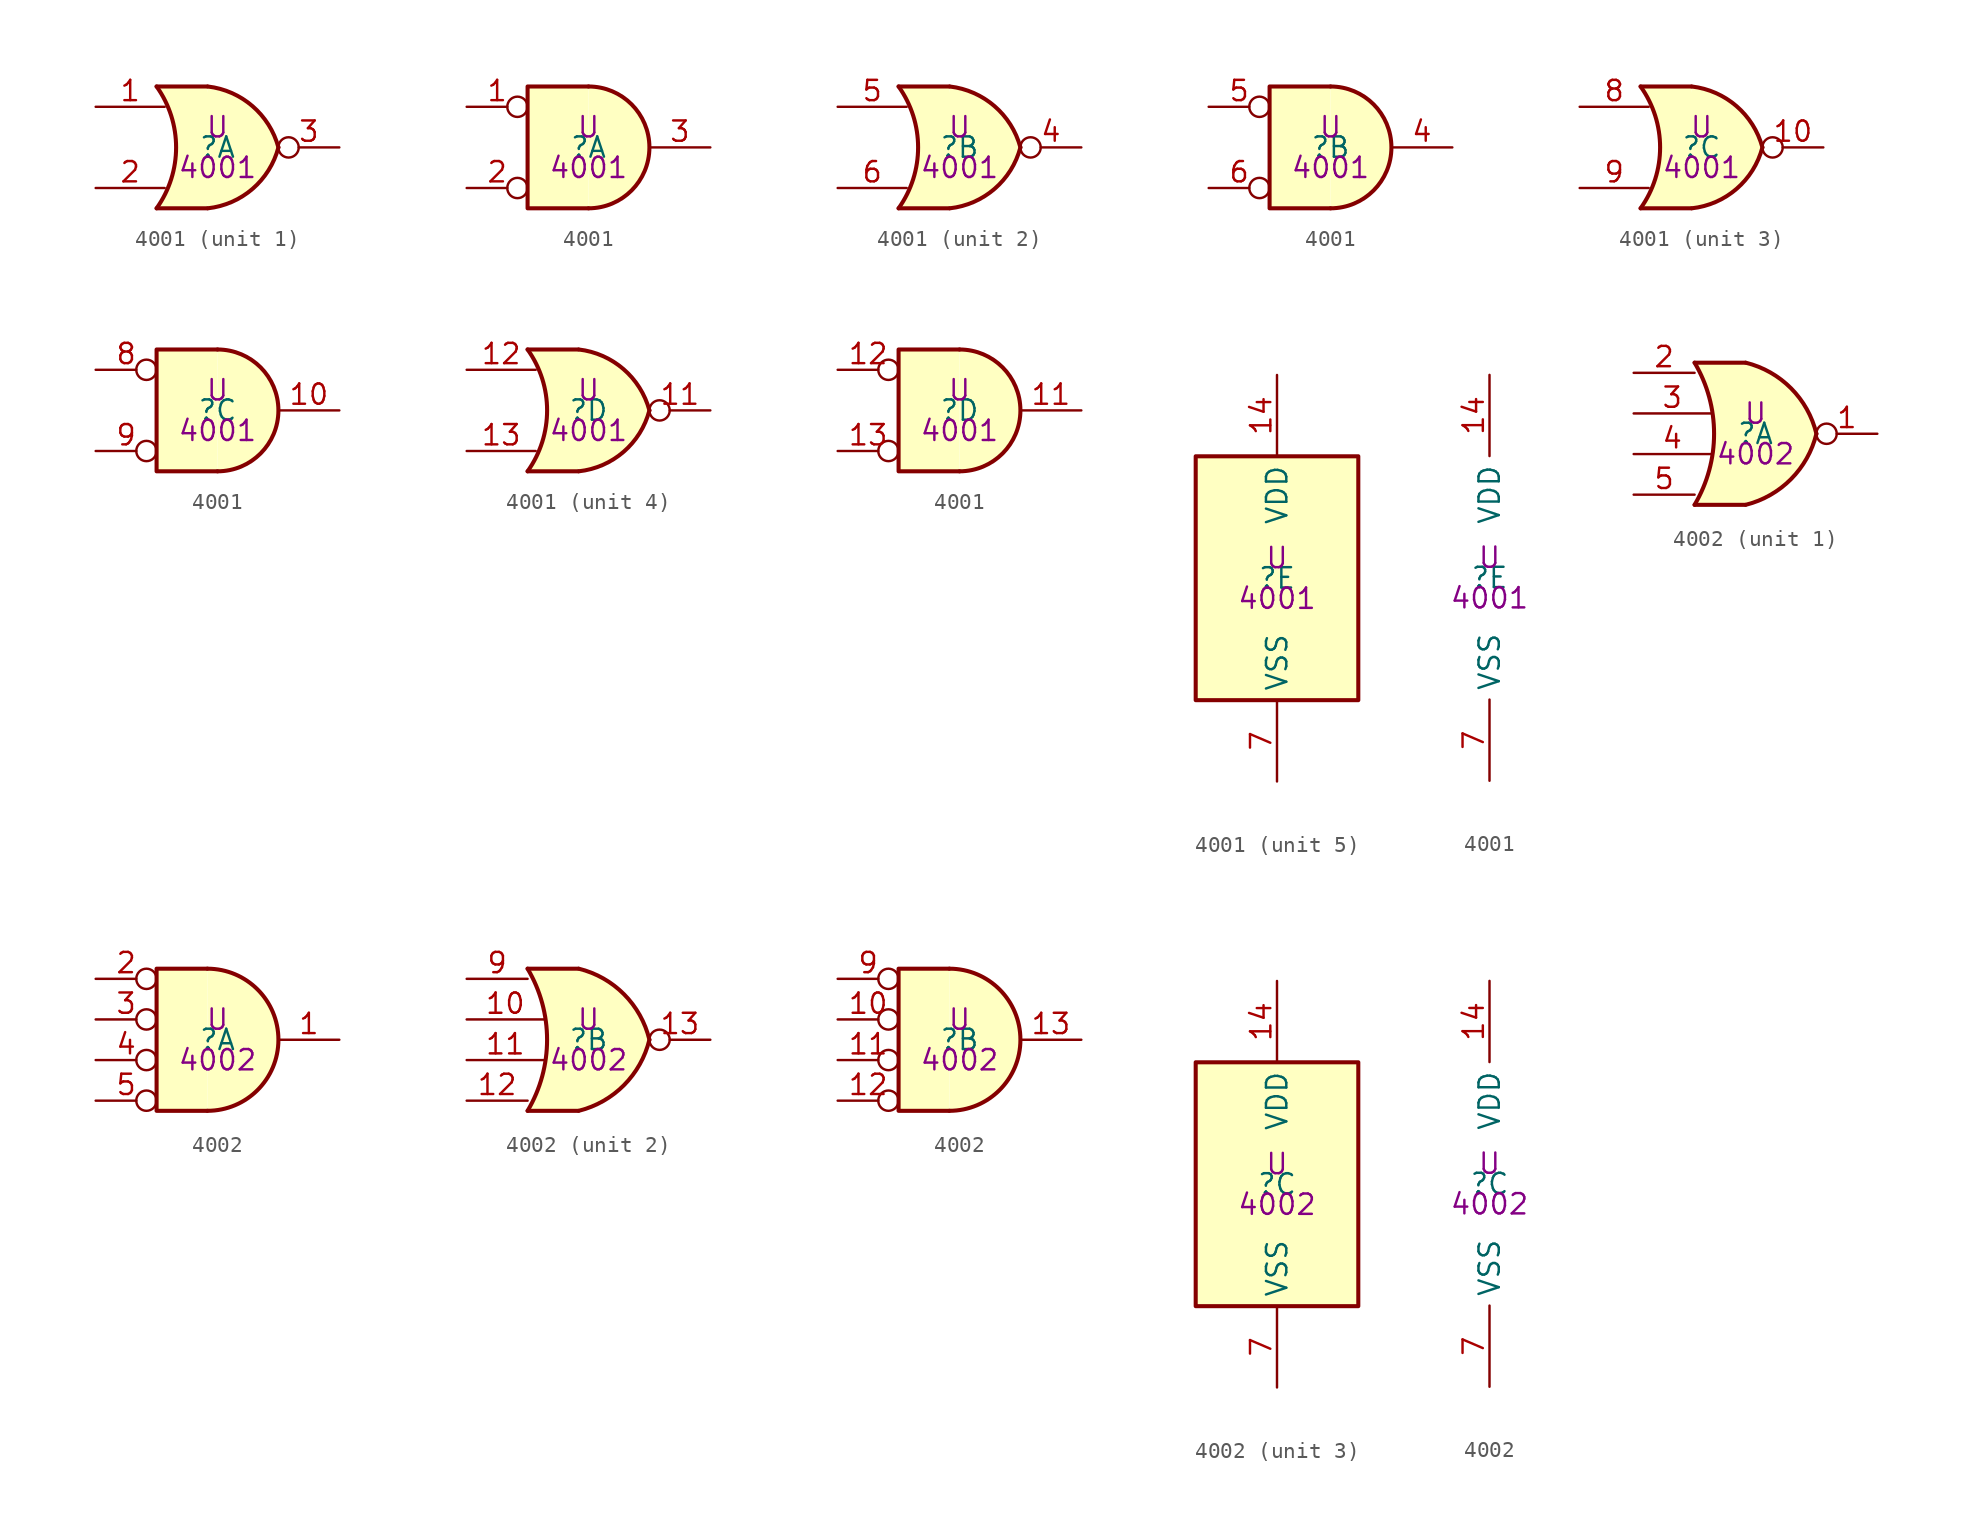
<source format=kicad_sym>
(kicad_symbol_lib
  (version 20200126)
  (host kicad_symbol_editor "(5.99.0-1075-g01a6d0067)")
  (symbol "4001"
    (property "ki_reference" "U"
      (at 0 1.27 0))
    (property "ki_value" "4001"
      (at 0 -1.27 0))
    (property "ki_locked" ""
      (at 0 0 0))
    (symbol "4001_1_1"
      (arc (start -3.81 3.81) (end -3.81 -3.81) (radius (at -9.144 0) (length 6.5532) (angles 35.4 -35.4)) (stroke (width 0.254)))
      (arc (start 3.81 0) (end -0.6096 3.81) (radius (at -1.1938 -1.3208) (length 5.1816) (angles 15 83.7)) (stroke (width 0.254)) (fill (type background)))
      (arc (start 3.81 0) (end -0.6096 -3.81) (radius (at -1.1938 1.3208) (length 5.1816) (angles -15 -83.7)) (stroke (width 0.254)) (fill (type background)))
      (polyline (pts (xy -3.81 -3.81) (xy -0.635 -3.81)) (stroke (width 0.254)) (fill (type background)))
      (polyline (pts (xy -3.81 3.81) (xy -0.635 3.81)) (stroke (width 0.254)) (fill (type background)))
      (polyline (pts (xy -0.635 3.81) (xy -3.81 3.81) (xy -3.81 3.81) (xy -3.556 3.404) (xy -3.023 2.261) (xy -2.692 1.041) (xy -2.616 -0.254) (xy -2.769 -1.499) (xy -3.175 -2.718) (xy -3.81 -3.81) (xy -3.81 -3.81) (xy -0.635 -3.81)) (stroke (width -25.4)) (fill (type background)))
      (pin input line (at -7.62 2.54 0) (length 4.318) (name "~") (number "1"))
      (pin input line (at -7.62 -2.54 0) (length 4.318) (name "~") (number "2"))
      (pin output inverted (at 7.62 0 180) (length 3.81) (name "~") (number "3")))
    (symbol "4001_2_1"
      (arc (start -3.81 3.81) (end -3.81 -3.81) (radius (at -9.144 0) (length 6.5532) (angles 35.4 -35.4)) (stroke (width 0.254)))
      (arc (start 3.81 0) (end -0.6096 3.81) (radius (at -1.1938 -1.3208) (length 5.1816) (angles 15 83.7)) (stroke (width 0.254)) (fill (type background)))
      (arc (start 3.81 0) (end -0.6096 -3.81) (radius (at -1.1938 1.3208) (length 5.1816) (angles -15 -83.7)) (stroke (width 0.254)) (fill (type background)))
      (polyline (pts (xy -3.81 -3.81) (xy -0.635 -3.81)) (stroke (width 0.254)) (fill (type background)))
      (polyline (pts (xy -3.81 3.81) (xy -0.635 3.81)) (stroke (width 0.254)) (fill (type background)))
      (polyline (pts (xy -0.635 3.81) (xy -3.81 3.81) (xy -3.81 3.81) (xy -3.556 3.404) (xy -3.023 2.261) (xy -2.692 1.041) (xy -2.616 -0.254) (xy -2.769 -1.499) (xy -3.175 -2.718) (xy -3.81 -3.81) (xy -3.81 -3.81) (xy -0.635 -3.81)) (stroke (width -25.4)) (fill (type background)))
      (pin output inverted (at 7.62 0 180) (length 3.81) (name "~") (number "4"))
      (pin input line (at -7.62 2.54 0) (length 4.318) (name "~") (number "5"))
      (pin input line (at -7.62 -2.54 0) (length 4.318) (name "~") (number "6")))
    (symbol "4001_3_1"
      (arc (start -3.81 3.81) (end -3.81 -3.81) (radius (at -9.144 0) (length 6.5532) (angles 35.4 -35.4)) (stroke (width 0.254)))
      (arc (start 3.81 0) (end -0.6096 3.81) (radius (at -1.1938 -1.3208) (length 5.1816) (angles 15 83.7)) (stroke (width 0.254)) (fill (type background)))
      (arc (start 3.81 0) (end -0.6096 -3.81) (radius (at -1.1938 1.3208) (length 5.1816) (angles -15 -83.7)) (stroke (width 0.254)) (fill (type background)))
      (polyline (pts (xy -3.81 -3.81) (xy -0.635 -3.81)) (stroke (width 0.254)) (fill (type background)))
      (polyline (pts (xy -3.81 3.81) (xy -0.635 3.81)) (stroke (width 0.254)) (fill (type background)))
      (polyline (pts (xy -0.635 3.81) (xy -3.81 3.81) (xy -3.81 3.81) (xy -3.556 3.404) (xy -3.023 2.261) (xy -2.692 1.041) (xy -2.616 -0.254) (xy -2.769 -1.499) (xy -3.175 -2.718) (xy -3.81 -3.81) (xy -3.81 -3.81) (xy -0.635 -3.81)) (stroke (width -25.4)) (fill (type background)))
      (pin output inverted (at 7.62 0 180) (length 3.81) (name "~") (number "10"))
      (pin input line (at -7.62 2.54 0) (length 4.318) (name "~") (number "8"))
      (pin input line (at -7.62 -2.54 0) (length 4.318) (name "~") (number "9")))
    (symbol "4001_4_1"
      (arc (start -3.81 3.81) (end -3.81 -3.81) (radius (at -9.144 0) (length 6.5532) (angles 35.4 -35.4)) (stroke (width 0.254)))
      (arc (start 3.81 0) (end -0.6096 3.81) (radius (at -1.1938 -1.3208) (length 5.1816) (angles 15 83.7)) (stroke (width 0.254)) (fill (type background)))
      (arc (start 3.81 0) (end -0.6096 -3.81) (radius (at -1.1938 1.3208) (length 5.1816) (angles -15 -83.7)) (stroke (width 0.254)) (fill (type background)))
      (polyline (pts (xy -3.81 -3.81) (xy -0.635 -3.81)) (stroke (width 0.254)) (fill (type background)))
      (polyline (pts (xy -3.81 3.81) (xy -0.635 3.81)) (stroke (width 0.254)) (fill (type background)))
      (polyline (pts (xy -0.635 3.81) (xy -3.81 3.81) (xy -3.81 3.81) (xy -3.556 3.404) (xy -3.023 2.261) (xy -2.692 1.041) (xy -2.616 -0.254) (xy -2.769 -1.499) (xy -3.175 -2.718) (xy -3.81 -3.81) (xy -3.81 -3.81) (xy -0.635 -3.81)) (stroke (width -25.4)) (fill (type background)))
      (pin output inverted (at 7.62 0 180) (length 3.81) (name "~") (number "11"))
      (pin input line (at -7.62 2.54 0) (length 4.318) (name "~") (number "12"))
      (pin input line (at -7.62 -2.54 0) (length 4.318) (name "~") (number "13")))
    (symbol "4001_1_2"
      (arc (start 0 -3.81) (end 0 3.81) (radius (at 0 0) (length 3.81) (angles -89.9 89.9)) (stroke (width 0.254)) (fill (type background)))
      (polyline (pts (xy 0 3.81) (xy -3.81 3.81) (xy -3.81 -3.81) (xy 0 -3.81)) (stroke (width 0.254)) (fill (type background)))
      (pin input inverted (at -7.62 2.54 0) (length 3.81) (name "~") (number "1"))
      (pin input inverted (at -7.62 -2.54 0) (length 3.81) (name "~") (number "2"))
      (pin output line (at 7.62 0 180) (length 3.81) (name "~") (number "3")))
    (symbol "4001_2_2"
      (arc (start 0 -3.81) (end 0 3.81) (radius (at 0 0) (length 3.81) (angles -89.9 89.9)) (stroke (width 0.254)) (fill (type background)))
      (polyline (pts (xy 0 3.81) (xy -3.81 3.81) (xy -3.81 -3.81) (xy 0 -3.81)) (stroke (width 0.254)) (fill (type background)))
      (pin output line (at 7.62 0 180) (length 3.81) (name "~") (number "4"))
      (pin input inverted (at -7.62 2.54 0) (length 3.81) (name "~") (number "5"))
      (pin input inverted (at -7.62 -2.54 0) (length 3.81) (name "~") (number "6")))
    (symbol "4001_3_2"
      (arc (start 0 -3.81) (end 0 3.81) (radius (at 0 0) (length 3.81) (angles -89.9 89.9)) (stroke (width 0.254)) (fill (type background)))
      (polyline (pts (xy 0 3.81) (xy -3.81 3.81) (xy -3.81 -3.81) (xy 0 -3.81)) (stroke (width 0.254)) (fill (type background)))
      (pin output line (at 7.62 0 180) (length 3.81) (name "~") (number "10"))
      (pin input inverted (at -7.62 2.54 0) (length 3.81) (name "~") (number "8"))
      (pin input inverted (at -7.62 -2.54 0) (length 3.81) (name "~") (number "9")))
    (symbol "4001_4_2"
      (arc (start 0 -3.81) (end 0 3.81) (radius (at 0 0) (length 3.81) (angles -89.9 89.9)) (stroke (width 0.254)) (fill (type background)))
      (polyline (pts (xy 0 3.81) (xy -3.81 3.81) (xy -3.81 -3.81) (xy 0 -3.81)) (stroke (width 0.254)) (fill (type background)))
      (pin output line (at 7.62 0 180) (length 3.81) (name "~") (number "11"))
      (pin input inverted (at -7.62 2.54 0) (length 3.81) (name "~") (number "12"))
      (pin input inverted (at -7.62 -2.54 0) (length 3.81) (name "~") (number "13")))
    (symbol "4001_5_1"
      (rectangle (start -5.08 7.62) (end 5.08 -7.62) (stroke (width 0.254)) (fill (type background))))
    (symbol "4001_5_0"
      (pin power_in line (at 0 12.7 270) (length 5.08) (name "VDD") (number "14"))
      (pin power_in line (at 0 -12.7 90) (length 5.08) (name "VSS") (number "7"))))
  (symbol "4002"
    (property "ki_reference" "U"
      (at 0 1.27 0))
    (property "ki_value" "4002"
      (at 0 -1.27 0))
    (property "ki_locked" ""
      (at 0 0 0))
    (symbol "4002_1_1"
      (arc (start -3.81 4.445) (end -3.81 -4.445) (radius (at -11.303 0) (length 8.7122) (angles 30.6 -30.6)) (stroke (width 0.254)))
      (arc (start 3.81 0) (end -0.6096 4.445) (radius (at -2.0574 -1.4224) (length 6.0452) (angles 13.7 76.8)) (stroke (width 0.254)) (fill (type background)))
      (arc (start 3.81 0) (end -0.6096 -4.445) (radius (at -2.0574 1.4224) (length 6.0452) (angles -13.7 -76.8)) (stroke (width 0.254)) (fill (type background)))
      (polyline (pts (xy -3.81 -4.445) (xy -0.635 -4.445)) (stroke (width 0.254)) (fill (type background)))
      (polyline (pts (xy -3.81 4.445) (xy -0.635 4.445)) (stroke (width 0.254)) (fill (type background)))
      (polyline (pts (xy -0.635 4.445) (xy -3.81 4.445) (xy -3.81 4.445) (xy -3.632 4.089) (xy -3.099 2.921) (xy -2.769 1.676) (xy -2.616 0.432) (xy -2.642 -0.864) (xy -2.87 -2.108) (xy -3.251 -3.327) (xy -3.81 -4.445) (xy -3.81 -4.445) (xy -0.635 -4.445)) (stroke (width -25.4)) (fill (type background)))
      (pin output inverted (at 7.62 0 180) (length 3.81) (name "~") (number "1"))
      (pin input line (at -7.62 3.81 0) (length 3.81) (name "~") (number "2"))
      (pin input line (at -7.62 1.27 0) (length 4.826) (name "~") (number "3"))
      (pin input line (at -7.62 -1.27 0) (length 4.826) (name "~") (number "4"))
      (pin input line (at -7.62 -3.81 0) (length 3.81) (name "~") (number "5")))
    (symbol "4002_2_1"
      (arc (start -3.81 4.445) (end -3.81 -4.445) (radius (at -11.303 0) (length 8.7122) (angles 30.6 -30.6)) (stroke (width 0.254)))
      (arc (start 3.81 0) (end -0.6096 4.445) (radius (at -2.0574 -1.4224) (length 6.0452) (angles 13.7 76.8)) (stroke (width 0.254)) (fill (type background)))
      (arc (start 3.81 0) (end -0.6096 -4.445) (radius (at -2.0574 1.4224) (length 6.0452) (angles -13.7 -76.8)) (stroke (width 0.254)) (fill (type background)))
      (polyline (pts (xy -3.81 -4.445) (xy -0.635 -4.445)) (stroke (width 0.254)) (fill (type background)))
      (polyline (pts (xy -3.81 4.445) (xy -0.635 4.445)) (stroke (width 0.254)) (fill (type background)))
      (polyline (pts (xy -0.635 4.445) (xy -3.81 4.445) (xy -3.81 4.445) (xy -3.632 4.089) (xy -3.099 2.921) (xy -2.769 1.676) (xy -2.616 0.432) (xy -2.642 -0.864) (xy -2.87 -2.108) (xy -3.251 -3.327) (xy -3.81 -4.445) (xy -3.81 -4.445) (xy -0.635 -4.445)) (stroke (width -25.4)) (fill (type background)))
      (pin input line (at -7.62 1.27 0) (length 4.826) (name "~") (number "10"))
      (pin input line (at -7.62 -1.27 0) (length 4.826) (name "~") (number "11"))
      (pin input line (at -7.62 -3.81 0) (length 3.81) (name "~") (number "12"))
      (pin output inverted (at 7.62 0 180) (length 3.81) (name "~") (number "13"))
      (pin input line (at -7.62 3.81 0) (length 3.81) (name "~") (number "9")))
    (symbol "4002_1_2"
      (arc (start -0.635 -4.445) (end -0.635 4.445) (radius (at -0.635 0) (length 4.445) (angles -89.9 89.9)) (stroke (width 0.254)) (fill (type background)))
      (polyline (pts (xy -0.635 4.445) (xy -3.81 4.445) (xy -3.81 -4.445) (xy -0.635 -4.445)) (stroke (width 0.254)) (fill (type background)))
      (pin output line (at 7.62 0 180) (length 3.81) (name "~") (number "1"))
      (pin input inverted (at -7.62 3.81 0) (length 3.81) (name "~") (number "2"))
      (pin input inverted (at -7.62 1.27 0) (length 3.81) (name "~") (number "3"))
      (pin input inverted (at -7.62 -1.27 0) (length 3.81) (name "~") (number "4"))
      (pin input inverted (at -7.62 -3.81 0) (length 3.81) (name "~") (number "5")))
    (symbol "4002_2_2"
      (arc (start -0.635 -4.445) (end -0.635 4.445) (radius (at -0.635 0) (length 4.445) (angles -89.9 89.9)) (stroke (width 0.254)) (fill (type background)))
      (polyline (pts (xy -0.635 4.445) (xy -3.81 4.445) (xy -3.81 -4.445) (xy -0.635 -4.445)) (stroke (width 0.254)) (fill (type background)))
      (pin input inverted (at -7.62 1.27 0) (length 3.81) (name "~") (number "10"))
      (pin input inverted (at -7.62 -1.27 0) (length 3.81) (name "~") (number "11"))
      (pin input inverted (at -7.62 -3.81 0) (length 3.81) (name "~") (number "12"))
      (pin output line (at 7.62 0 180) (length 3.81) (name "~") (number "13"))
      (pin input inverted (at -7.62 3.81 0) (length 3.81) (name "~") (number "9")))
    (symbol "4002_3_1"
      (rectangle (start -5.08 7.62) (end 5.08 -7.62) (stroke (width 0.254)) (fill (type background))))
    (symbol "4002_3_0"
      (pin power_in line (at 0 12.7 270) (length 5.08) (name "VDD") (number "14"))
      (pin power_in line (at 0 -12.7 90) (length 5.08) (name "VSS") (number "7")))))
</source>
